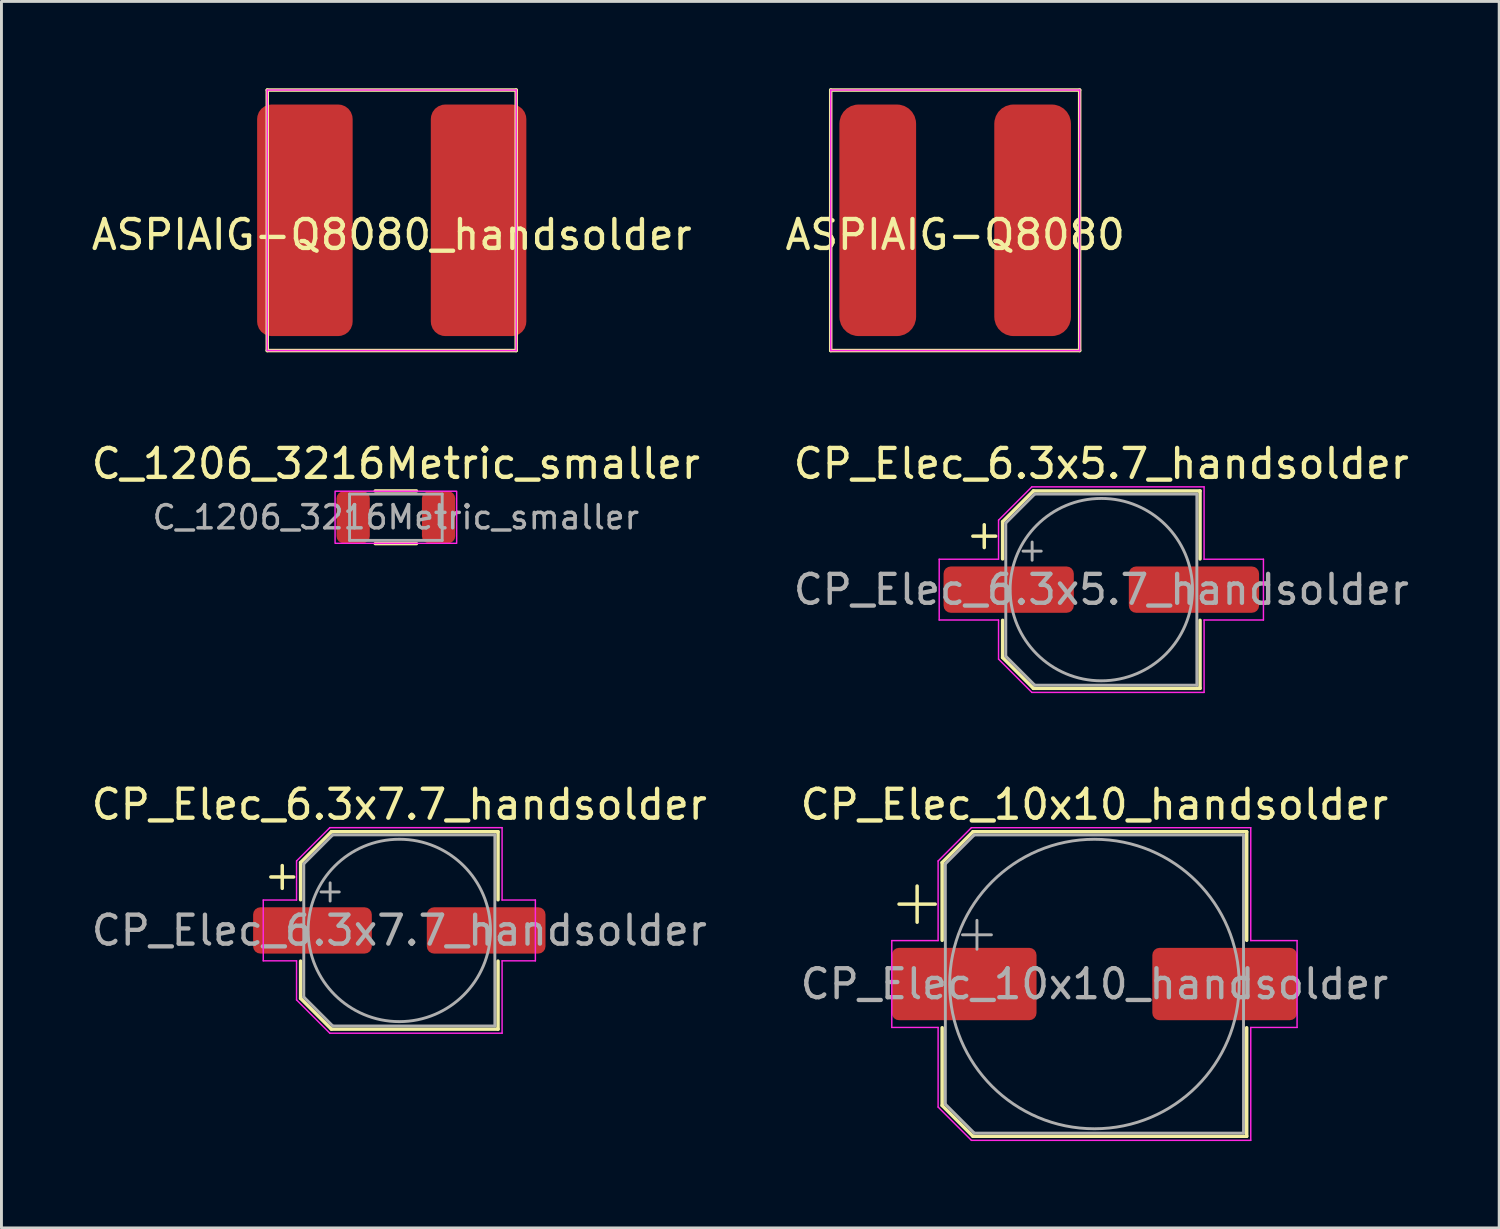
<source format=kicad_pcb>
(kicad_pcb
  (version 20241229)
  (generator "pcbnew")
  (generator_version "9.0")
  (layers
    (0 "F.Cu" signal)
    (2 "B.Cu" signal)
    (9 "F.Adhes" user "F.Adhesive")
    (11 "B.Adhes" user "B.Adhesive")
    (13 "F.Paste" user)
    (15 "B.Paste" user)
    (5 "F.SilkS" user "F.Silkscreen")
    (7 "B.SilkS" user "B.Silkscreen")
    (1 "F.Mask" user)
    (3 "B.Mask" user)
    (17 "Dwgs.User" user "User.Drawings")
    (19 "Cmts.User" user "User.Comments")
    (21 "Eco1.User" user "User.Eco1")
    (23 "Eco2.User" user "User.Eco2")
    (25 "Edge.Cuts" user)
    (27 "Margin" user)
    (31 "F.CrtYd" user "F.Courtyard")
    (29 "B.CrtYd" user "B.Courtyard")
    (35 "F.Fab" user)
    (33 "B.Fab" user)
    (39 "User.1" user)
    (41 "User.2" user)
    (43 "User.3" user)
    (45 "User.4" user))
  (footprint "CP_Elec_6.3x5.7_handsolder"
    (layer "F.Cu")
    (at 34.994 17.318)
    (property "Reference" "CP_Elec_6.3x5.7_handsolder" (at 0 -4.35 0) (layer "F.SilkS") (effects (font (size 1 1) (thickness 0.15))))
    (attr smd)
    (fp_line (start -4.438 -1.847) (end -3.65 -1.847) (stroke (width 0.12) (type solid)) (layer "F.SilkS"))
    (fp_line (start -4.044 -2.241) (end -4.044 -1.454) (stroke (width 0.12) (type solid)) (layer "F.SilkS"))
    (fp_line (start -3.41 -2.346) (end -3.41 -1.06) (stroke (width 0.12) (type solid)) (layer "F.SilkS"))
    (fp_line (start -3.41 -2.346) (end -2.346 -3.41) (stroke (width 0.12) (type solid)) (layer "F.SilkS"))
    (fp_line (start -3.41 2.346) (end -3.41 1.06) (stroke (width 0.12) (type solid)) (layer "F.SilkS"))
    (fp_line (start -3.41 2.346) (end -2.346 3.41) (stroke (width 0.12) (type solid)) (layer "F.SilkS"))
    (fp_line (start -2.346 -3.41) (end 3.41 -3.41) (stroke (width 0.12) (type solid)) (layer "F.SilkS"))
    (fp_line (start -2.346 3.41) (end 3.41 3.41) (stroke (width 0.12) (type solid)) (layer "F.SilkS"))
    (fp_line (start 3.41 -3.41) (end 3.41 -1.06) (stroke (width 0.12) (type solid)) (layer "F.SilkS"))
    (fp_line (start 3.41 3.41) (end 3.41 1.06) (stroke (width 0.12) (type solid)) (layer "F.SilkS"))
    (fp_line (start -5.6 -1.05) (end -5.6 1.05) (stroke (width 0.05) (type solid)) (layer "F.CrtYd"))
    (fp_line (start -5.6 1.05) (end -3.55 1.05) (stroke (width 0.05) (type solid)) (layer "F.CrtYd"))
    (fp_line (start -3.55 -2.4) (end -3.55 -1.05) (stroke (width 0.05) (type solid)) (layer "F.CrtYd"))
    (fp_line (start -3.55 -2.4) (end -2.4 -3.55) (stroke (width 0.05) (type solid)) (layer "F.CrtYd"))
    (fp_line (start -3.55 -1.05) (end -5.6 -1.05) (stroke (width 0.05) (type solid)) (layer "F.CrtYd"))
    (fp_line (start -3.55 1.05) (end -3.55 2.4) (stroke (width 0.05) (type solid)) (layer "F.CrtYd"))
    (fp_line (start -3.55 2.4) (end -2.4 3.55) (stroke (width 0.05) (type solid)) (layer "F.CrtYd"))
    (fp_line (start -2.4 -3.55) (end 3.55 -3.55) (stroke (width 0.05) (type solid)) (layer "F.CrtYd"))
    (fp_line (start -2.4 3.55) (end 3.55 3.55) (stroke (width 0.05) (type solid)) (layer "F.CrtYd"))
    (fp_line (start 3.55 -3.55) (end 3.55 -1.05) (stroke (width 0.05) (type solid)) (layer "F.CrtYd"))
    (fp_line (start 3.55 -1.05) (end 5.6 -1.05) (stroke (width 0.05) (type solid)) (layer "F.CrtYd"))
    (fp_line (start 3.55 1.05) (end 3.55 3.55) (stroke (width 0.05) (type solid)) (layer "F.CrtYd"))
    (fp_line (start 5.6 -1.05) (end 5.6 1.05) (stroke (width 0.05) (type solid)) (layer "F.CrtYd"))
    (fp_line (start 5.6 1.05) (end 3.55 1.05) (stroke (width 0.05) (type solid)) (layer "F.CrtYd"))
    (fp_line (start -3.3 -2.3) (end -3.3 2.3) (stroke (width 0.1) (type solid)) (layer "F.Fab"))
    (fp_line (start -3.3 -2.3) (end -2.3 -3.3) (stroke (width 0.1) (type solid)) (layer "F.Fab"))
    (fp_line (start -3.3 2.3) (end -2.3 3.3) (stroke (width 0.1) (type solid)) (layer "F.Fab"))
    (fp_line (start -2.705 -1.33) (end -2.075 -1.33) (stroke (width 0.1) (type solid)) (layer "F.Fab"))
    (fp_line (start -2.39 -1.645) (end -2.39 -1.015) (stroke (width 0.1) (type solid)) (layer "F.Fab"))
    (fp_line (start -2.3 -3.3) (end 3.3 -3.3) (stroke (width 0.1) (type solid)) (layer "F.Fab"))
    (fp_line (start -2.3 3.3) (end 3.3 3.3) (stroke (width 0.1) (type solid)) (layer "F.Fab"))
    (fp_line (start 3.3 -3.3) (end 3.3 3.3) (stroke (width 0.1) (type solid)) (layer "F.Fab"))
    (fp_circle (center 0 0) (end 3.15 0) (stroke (width 0.1) (type solid)) (fill no) (layer "F.Fab"))
    (fp_text user "${REFERENCE}" (at 0 0 0) (layer "F.Fab") (effects (font (size 1 1) (thickness 0.15))))
    (pad "1" smd roundrect (at -3.2 0) (size 4.5 1.6) (layers "F.Cu" "F.Mask" "F.Paste") (roundrect_rratio 0.156))
    (pad "2" smd roundrect (at 3.2 0) (size 4.5 1.6) (layers "F.Cu" "F.Mask" "F.Paste") (roundrect_rratio 0.156)))
  (footprint "ASPIAIG-Q8080_handsolder"
    (layer "F.Cu")
    (at 10.482 4.56)
    (property "Reference" "ASPIAIG-Q8080_handsolder" (at 0 0.5 0) (layer "F.SilkS") (effects (font (size 1 1) (thickness 0.15))))
    (attr through_hole)
    (fp_line (start -4.3 -4.5) (end 4.3 -4.5) (stroke (width 0.12) (type solid)) (layer "F.SilkS"))
    (fp_line (start -4.3 4.5) (end -4.3 -4.5) (stroke (width 0.12) (type solid)) (layer "F.SilkS"))
    (fp_line (start 4.3 -4.5) (end 4.3 4.5) (stroke (width 0.12) (type solid)) (layer "F.SilkS"))
    (fp_line (start 4.3 4.5) (end -4.3 4.5) (stroke (width 0.12) (type solid)) (layer "F.SilkS"))
    (fp_line (start -4.3 -4.5) (end 4.3 -4.5) (stroke (width 0.05) (type solid)) (layer "F.CrtYd"))
    (fp_line (start -4.3 4.5) (end -4.3 -4.5) (stroke (width 0.05) (type solid)) (layer "F.CrtYd"))
    (fp_line (start 4.3 -4.5) (end 4.3 4.5) (stroke (width 0.05) (type solid)) (layer "F.CrtYd"))
    (fp_line (start 4.3 4.5) (end -4.3 4.5) (stroke (width 0.05) (type solid)) (layer "F.CrtYd"))
    (pad "1" smd roundrect (at -3 0) (size 3.3 8) (layers "F.Cu" "F.Mask" "F.Paste") (roundrect_rratio 0.152))
    (pad "2" smd roundrect (at 3 0) (size 3.3 8) (layers "F.Cu" "F.Mask" "F.Paste") (roundrect_rratio 0.152)))
  (footprint "C_1206_3216Metric_smaller"
    (layer "F.Cu")
    (at 10.625 14.818)
    (property "Reference" "C_1206_3216Metric_smaller" (at 0 -1.85 0) (layer "F.SilkS") (effects (font (size 1 1) (thickness 0.15))))
    (attr smd)
    (fp_line (start -0.711 -0.91) (end 0.711 -0.91) (stroke (width 0.12) (type solid)) (layer "F.SilkS"))
    (fp_line (start -0.711 0.91) (end 0.711 0.91) (stroke (width 0.12) (type solid)) (layer "F.SilkS"))
    (fp_rect (start -2.1 -0.9) (end 2.1 0.9) (stroke (width 0.05) (type solid)) (fill no) (layer "F.CrtYd"))
    (fp_line (start -1.6 -0.8) (end 1.6 -0.8) (stroke (width 0.1) (type solid)) (layer "F.Fab"))
    (fp_line (start -1.6 0.8) (end -1.6 -0.8) (stroke (width 0.1) (type solid)) (layer "F.Fab"))
    (fp_line (start 1.6 -0.8) (end 1.6 0.8) (stroke (width 0.1) (type solid)) (layer "F.Fab"))
    (fp_line (start 1.6 0.8) (end -1.6 0.8) (stroke (width 0.1) (type solid)) (layer "F.Fab"))
    (fp_text user "${REFERENCE}" (at 0 0 0) (layer "F.Fab") (effects (font (size 0.8 0.8) (thickness 0.12))))
    (pad "1" smd roundrect (at -1.475 0) (size 1.15 1.8) (layers "F.Cu" "F.Mask" "F.Paste") (roundrect_rratio 0.217))
    (pad "2" smd roundrect (at 1.475 0) (size 1.15 1.8) (layers "F.Cu" "F.Mask" "F.Paste") (roundrect_rratio 0.217)))
  (footprint "CP_Elec_6.3x7.7_handsolder"
    (layer "F.Cu")
    (at 10.744 29.091)
    (property "Reference" "CP_Elec_6.3x7.7_handsolder" (at 0 -4.35 0) (layer "F.SilkS") (effects (font (size 1 1) (thickness 0.15))))
    (attr smd)
    (fp_line (start -4.438 -1.847) (end -3.65 -1.847) (stroke (width 0.12) (type solid)) (layer "F.SilkS"))
    (fp_line (start -4.044 -2.241) (end -4.044 -1.454) (stroke (width 0.12) (type solid)) (layer "F.SilkS"))
    (fp_line (start -3.41 -2.346) (end -3.41 -1.06) (stroke (width 0.12) (type solid)) (layer "F.SilkS"))
    (fp_line (start -3.41 -2.346) (end -2.346 -3.41) (stroke (width 0.12) (type solid)) (layer "F.SilkS"))
    (fp_line (start -3.41 2.346) (end -3.41 1.06) (stroke (width 0.12) (type solid)) (layer "F.SilkS"))
    (fp_line (start -3.41 2.346) (end -2.346 3.41) (stroke (width 0.12) (type solid)) (layer "F.SilkS"))
    (fp_line (start -2.346 -3.41) (end 3.41 -3.41) (stroke (width 0.12) (type solid)) (layer "F.SilkS"))
    (fp_line (start -2.346 3.41) (end 3.41 3.41) (stroke (width 0.12) (type solid)) (layer "F.SilkS"))
    (fp_line (start 3.41 -3.41) (end 3.41 -1.06) (stroke (width 0.12) (type solid)) (layer "F.SilkS"))
    (fp_line (start 3.41 3.41) (end 3.41 1.06) (stroke (width 0.12) (type solid)) (layer "F.SilkS"))
    (fp_line (start -4.7 -1.05) (end -4.7 1.05) (stroke (width 0.05) (type solid)) (layer "F.CrtYd"))
    (fp_line (start -4.7 1.05) (end -3.55 1.05) (stroke (width 0.05) (type solid)) (layer "F.CrtYd"))
    (fp_line (start -3.55 -2.4) (end -3.55 -1.05) (stroke (width 0.05) (type solid)) (layer "F.CrtYd"))
    (fp_line (start -3.55 -2.4) (end -2.4 -3.55) (stroke (width 0.05) (type solid)) (layer "F.CrtYd"))
    (fp_line (start -3.55 -1.05) (end -4.7 -1.05) (stroke (width 0.05) (type solid)) (layer "F.CrtYd"))
    (fp_line (start -3.55 1.05) (end -3.55 2.4) (stroke (width 0.05) (type solid)) (layer "F.CrtYd"))
    (fp_line (start -3.55 2.4) (end -2.4 3.55) (stroke (width 0.05) (type solid)) (layer "F.CrtYd"))
    (fp_line (start -2.4 -3.55) (end 3.55 -3.55) (stroke (width 0.05) (type solid)) (layer "F.CrtYd"))
    (fp_line (start -2.4 3.55) (end 3.55 3.55) (stroke (width 0.05) (type solid)) (layer "F.CrtYd"))
    (fp_line (start 3.55 -3.55) (end 3.55 -1.05) (stroke (width 0.05) (type solid)) (layer "F.CrtYd"))
    (fp_line (start 3.55 -1.05) (end 4.7 -1.05) (stroke (width 0.05) (type solid)) (layer "F.CrtYd"))
    (fp_line (start 3.55 1.05) (end 3.55 3.55) (stroke (width 0.05) (type solid)) (layer "F.CrtYd"))
    (fp_line (start 4.7 -1.05) (end 4.7 1.05) (stroke (width 0.05) (type solid)) (layer "F.CrtYd"))
    (fp_line (start 4.7 1.05) (end 3.55 1.05) (stroke (width 0.05) (type solid)) (layer "F.CrtYd"))
    (fp_line (start -3.3 -2.3) (end -3.3 2.3) (stroke (width 0.1) (type solid)) (layer "F.Fab"))
    (fp_line (start -3.3 -2.3) (end -2.3 -3.3) (stroke (width 0.1) (type solid)) (layer "F.Fab"))
    (fp_line (start -3.3 2.3) (end -2.3 3.3) (stroke (width 0.1) (type solid)) (layer "F.Fab"))
    (fp_line (start -2.705 -1.33) (end -2.075 -1.33) (stroke (width 0.1) (type solid)) (layer "F.Fab"))
    (fp_line (start -2.39 -1.645) (end -2.39 -1.015) (stroke (width 0.1) (type solid)) (layer "F.Fab"))
    (fp_line (start -2.3 -3.3) (end 3.3 -3.3) (stroke (width 0.1) (type solid)) (layer "F.Fab"))
    (fp_line (start -2.3 3.3) (end 3.3 3.3) (stroke (width 0.1) (type solid)) (layer "F.Fab"))
    (fp_line (start 3.3 -3.3) (end 3.3 3.3) (stroke (width 0.1) (type solid)) (layer "F.Fab"))
    (fp_circle (center 0 0) (end 3.15 0) (stroke (width 0.1) (type solid)) (fill no) (layer "F.Fab"))
    (fp_text user "${REFERENCE}" (at 0 0 0) (layer "F.Fab") (effects (font (size 1 1) (thickness 0.15))))
    (pad "1" smd roundrect (at -3 0) (size 4.1 1.6) (layers "F.Cu" "F.Mask" "F.Paste") (roundrect_rratio 0.156))
    (pad "2" smd roundrect (at 3 0) (size 4.1 1.6) (layers "F.Cu" "F.Mask" "F.Paste") (roundrect_rratio 0.156)))
  (footprint "ASPIAIG-Q8080"
    (layer "F.Cu")
    (at 29.946 4.56)
    (property "Reference" "ASPIAIG-Q8080" (at 0 0.5 0) (layer "F.SilkS") (effects (font (size 1 1) (thickness 0.15))))
    (attr through_hole)
    (fp_line (start -4.3 -4.5) (end 4.3 -4.5) (stroke (width 0.12) (type solid)) (layer "F.SilkS"))
    (fp_line (start -4.3 4.5) (end -4.3 -4.5) (stroke (width 0.12) (type solid)) (layer "F.SilkS"))
    (fp_line (start 4.3 -4.5) (end 4.3 4.5) (stroke (width 0.12) (type solid)) (layer "F.SilkS"))
    (fp_line (start 4.3 4.5) (end -4.3 4.5) (stroke (width 0.12) (type solid)) (layer "F.SilkS"))
    (fp_line (start -4.3 -4.5) (end 4.3 -4.5) (stroke (width 0.05) (type solid)) (layer "F.CrtYd"))
    (fp_line (start -4.3 4.5) (end -4.3 -4.5) (stroke (width 0.05) (type solid)) (layer "F.CrtYd"))
    (fp_line (start 4.3 -4.5) (end 4.3 4.5) (stroke (width 0.05) (type solid)) (layer "F.CrtYd"))
    (fp_line (start 4.3 4.5) (end -4.3 4.5) (stroke (width 0.05) (type solid)) (layer "F.CrtYd"))
    (pad "1" smd roundrect (at -2.675 0) (size 2.65 8) (layers "F.Cu" "F.Mask" "F.Paste") (roundrect_rratio 0.25))
    (pad "2" smd roundrect (at 2.675 0) (size 2.65 8) (layers "F.Cu" "F.Mask" "F.Paste") (roundrect_rratio 0.25)))
  (footprint "CP_Elec_10x10_handsolder"
    (layer "F.Cu")
    (at 34.756 30.942)
    (property "Reference" "CP_Elec_10x10_handsolder" (at 0 -6.2 0) (layer "F.SilkS") (effects (font (size 1 1) (thickness 0.15))))
    (attr smd)
    (fp_line (start -6.75 -2.76) (end -5.5 -2.76) (stroke (width 0.12) (type solid)) (layer "F.SilkS"))
    (fp_line (start -6.125 -3.385) (end -6.125 -2.135) (stroke (width 0.12) (type solid)) (layer "F.SilkS"))
    (fp_line (start -5.26 -4.196) (end -5.26 -1.51) (stroke (width 0.12) (type solid)) (layer "F.SilkS"))
    (fp_line (start -5.26 -4.196) (end -4.196 -5.26) (stroke (width 0.12) (type solid)) (layer "F.SilkS"))
    (fp_line (start -5.26 4.196) (end -5.26 1.51) (stroke (width 0.12) (type solid)) (layer "F.SilkS"))
    (fp_line (start -5.26 4.196) (end -4.196 5.26) (stroke (width 0.12) (type solid)) (layer "F.SilkS"))
    (fp_line (start -4.196 -5.26) (end 5.26 -5.26) (stroke (width 0.12) (type solid)) (layer "F.SilkS"))
    (fp_line (start -4.196 5.26) (end 5.26 5.26) (stroke (width 0.12) (type solid)) (layer "F.SilkS"))
    (fp_line (start 5.26 -5.26) (end 5.26 -1.51) (stroke (width 0.12) (type solid)) (layer "F.SilkS"))
    (fp_line (start 5.26 5.26) (end 5.26 1.51) (stroke (width 0.12) (type solid)) (layer "F.SilkS"))
    (fp_line (start -7 -1.5) (end -7 1.5) (stroke (width 0.05) (type solid)) (layer "F.CrtYd"))
    (fp_line (start -7 1.5) (end -5.4 1.5) (stroke (width 0.05) (type solid)) (layer "F.CrtYd"))
    (fp_line (start -5.4 -4.25) (end -5.4 -1.5) (stroke (width 0.05) (type solid)) (layer "F.CrtYd"))
    (fp_line (start -5.4 -4.25) (end -4.25 -5.4) (stroke (width 0.05) (type solid)) (layer "F.CrtYd"))
    (fp_line (start -5.4 -1.5) (end -7 -1.5) (stroke (width 0.05) (type solid)) (layer "F.CrtYd"))
    (fp_line (start -5.4 1.5) (end -5.4 4.25) (stroke (width 0.05) (type solid)) (layer "F.CrtYd"))
    (fp_line (start -5.4 4.25) (end -4.25 5.4) (stroke (width 0.05) (type solid)) (layer "F.CrtYd"))
    (fp_line (start -4.25 -5.4) (end 5.4 -5.4) (stroke (width 0.05) (type solid)) (layer "F.CrtYd"))
    (fp_line (start -4.25 5.4) (end 5.4 5.4) (stroke (width 0.05) (type solid)) (layer "F.CrtYd"))
    (fp_line (start 5.4 -5.4) (end 5.4 -1.5) (stroke (width 0.05) (type solid)) (layer "F.CrtYd"))
    (fp_line (start 5.4 -1.5) (end 7 -1.5) (stroke (width 0.05) (type solid)) (layer "F.CrtYd"))
    (fp_line (start 5.4 1.5) (end 5.4 5.4) (stroke (width 0.05) (type solid)) (layer "F.CrtYd"))
    (fp_line (start 7 -1.5) (end 7 1.5) (stroke (width 0.05) (type solid)) (layer "F.CrtYd"))
    (fp_line (start 7 1.5) (end 5.4 1.5) (stroke (width 0.05) (type solid)) (layer "F.CrtYd"))
    (fp_line (start -5.15 -4.15) (end -5.15 4.15) (stroke (width 0.1) (type solid)) (layer "F.Fab"))
    (fp_line (start -5.15 -4.15) (end -4.15 -5.15) (stroke (width 0.1) (type solid)) (layer "F.Fab"))
    (fp_line (start -5.15 4.15) (end -4.15 5.15) (stroke (width 0.1) (type solid)) (layer "F.Fab"))
    (fp_line (start -4.558 -1.7) (end -3.558 -1.7) (stroke (width 0.1) (type solid)) (layer "F.Fab"))
    (fp_line (start -4.15 -5.15) (end 5.15 -5.15) (stroke (width 0.1) (type solid)) (layer "F.Fab"))
    (fp_line (start -4.15 5.15) (end 5.15 5.15) (stroke (width 0.1) (type solid)) (layer "F.Fab"))
    (fp_line (start -4.058 -2.2) (end -4.058 -1.2) (stroke (width 0.1) (type solid)) (layer "F.Fab"))
    (fp_line (start 5.15 -5.15) (end 5.15 5.15) (stroke (width 0.1) (type solid)) (layer "F.Fab"))
    (fp_circle (center 0 0) (end 5 0) (stroke (width 0.1) (type solid)) (fill no) (layer "F.Fab"))
    (fp_text user "${REFERENCE}" (at 0 0 0) (layer "F.Fab") (effects (font (size 1 1) (thickness 0.15))))
    (pad "1" smd roundrect (at -4.5 0) (size 5 2.5) (layers "F.Cu" "F.Mask" "F.Paste") (roundrect_rratio 0.1))
    (pad "2" smd roundrect (at 4.5 0) (size 5 2.5) (layers "F.Cu" "F.Mask" "F.Paste") (roundrect_rratio 0.1)))
  (gr_rect
    (start -3 -3)
    (end 48.738 39.367)
    (stroke (width 0.1) (type default))
    (fill no)
    (layer "Edge.Cuts")))
</source>
